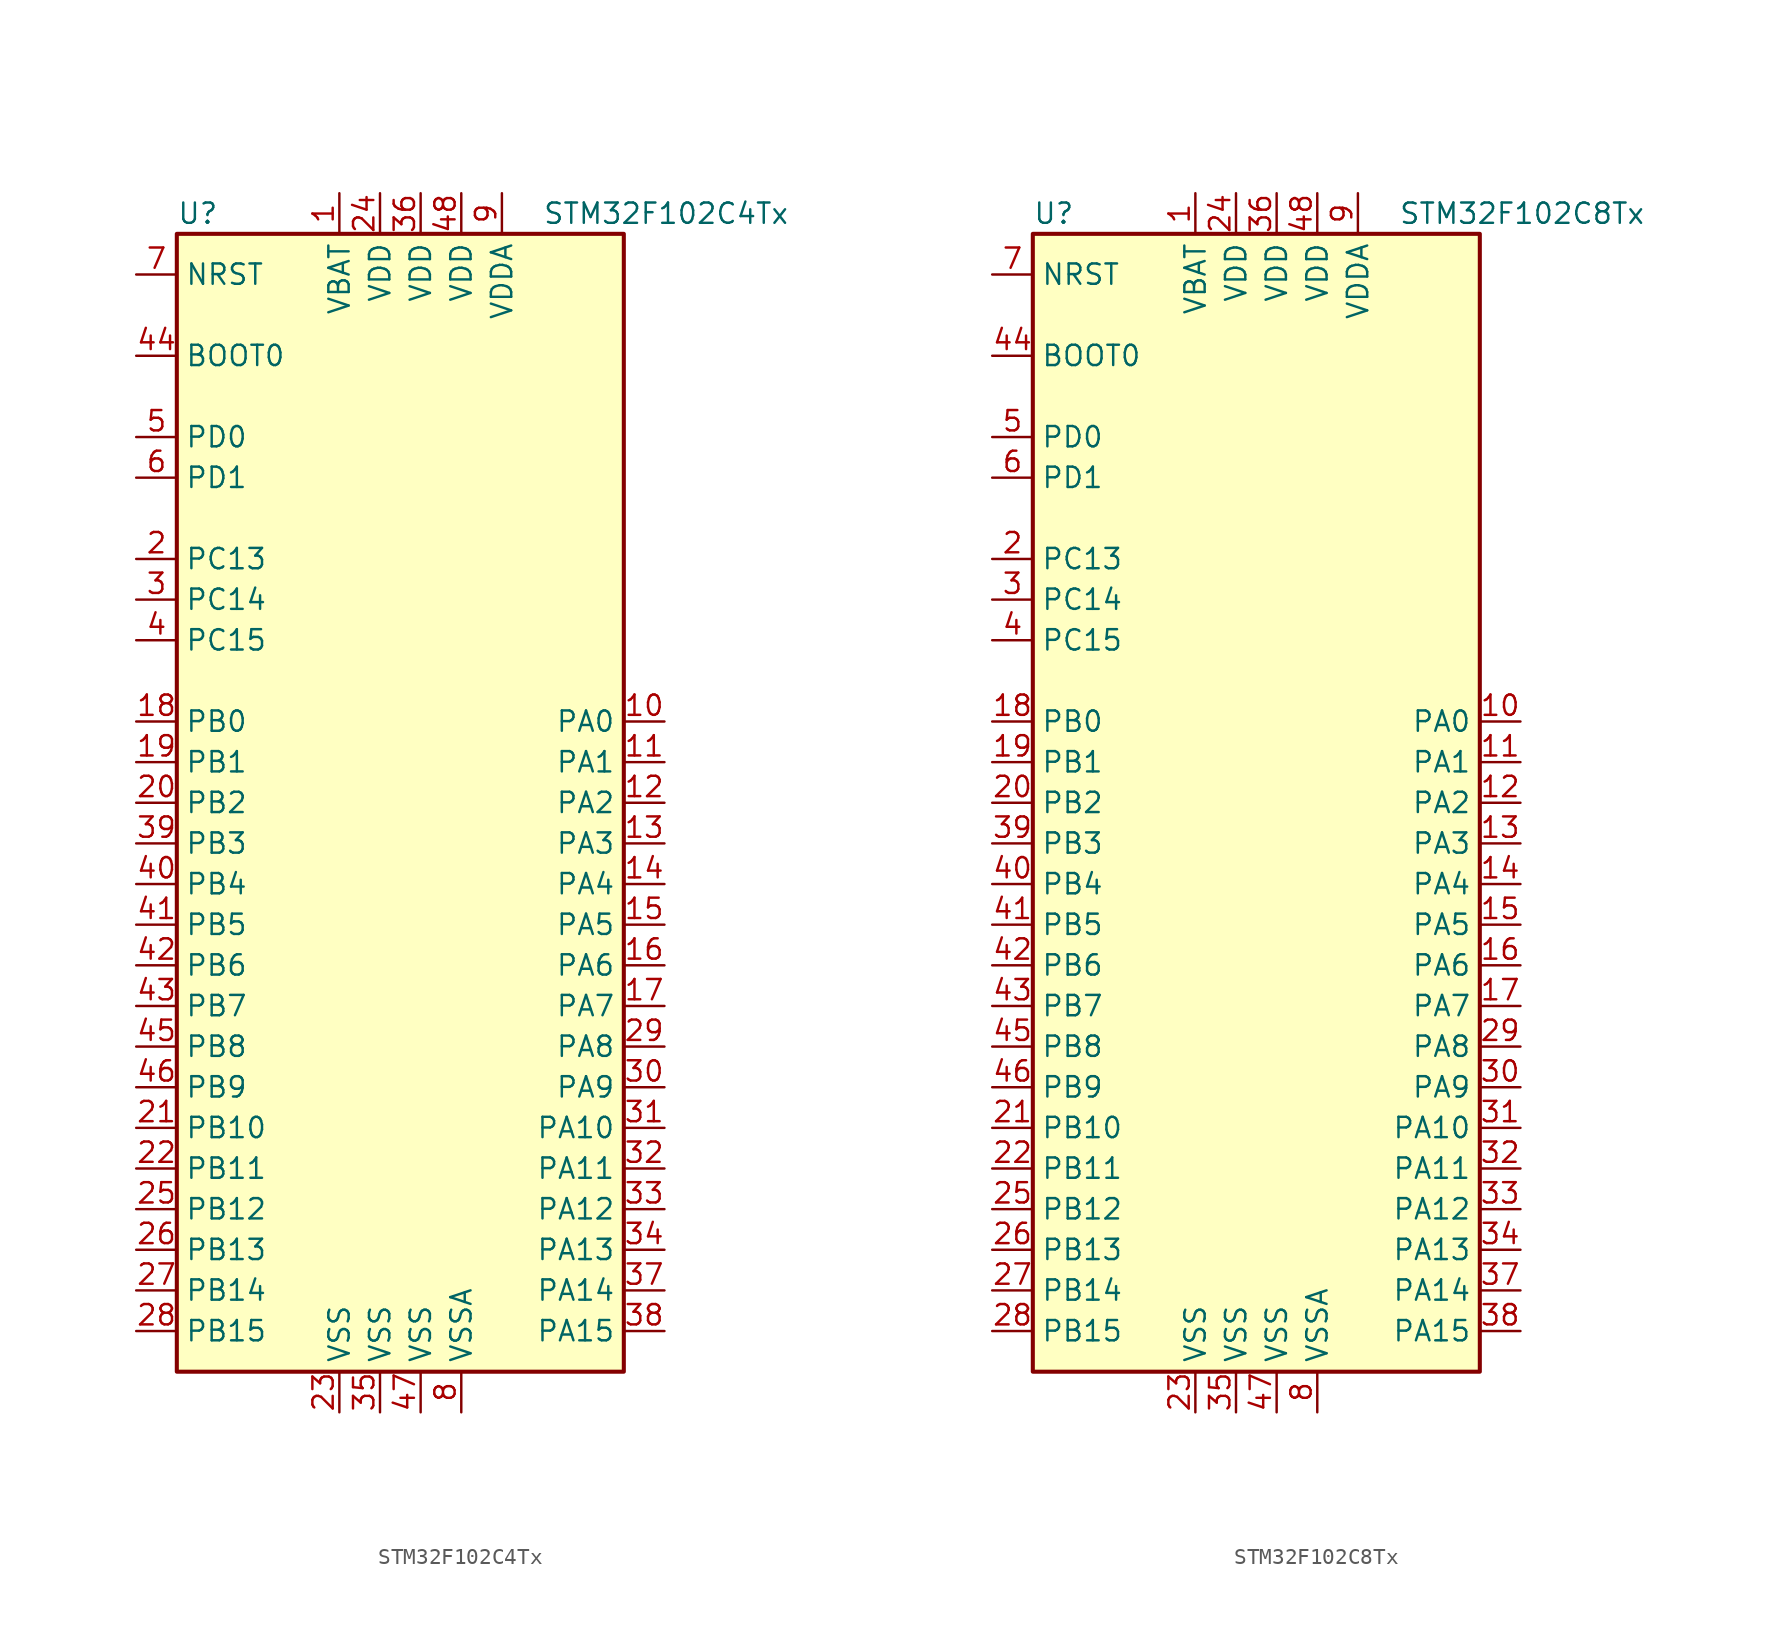
<source format=kicad_sym>
(kicad_symbol_lib
  (version 20201005)
  (generator kicad_symbol_editor)
  (symbol "STM32F102C4Tx"
    (property "Reference" "U"
      (at -15.24 36.83 0)
      (effects (font (size 1.27 1.27)) (justify left)))
    (property "Value" "STM32F102C4Tx"
      (at 7.62 36.83 0)
      (effects (font (size 1.27 1.27)) (justify left)))
    (symbol "STM32F102C4Tx_0_1"
      (rectangle (start -15.24 -35.56) (end 12.7 35.56) (stroke (width 0.254)) (fill (type background))))
    (symbol "STM32F102C4Tx_1_1"
      (pin input line (at -17.78 27.94 0) (length 2.54) (name "BOOT0" (effects (font (size 1.27 1.27)))) (number "44" (effects (font (size 1.27 1.27)))))
      (pin input line (at -17.78 33.02 0) (length 2.54) (name "NRST" (effects (font (size 1.27 1.27)))) (number "7" (effects (font (size 1.27 1.27)))))
      (pin bidirectional line (at 15.24 5.08 180) (length 2.54) (name "PA0" (effects (font (size 1.27 1.27)))) (number "10" (effects (font (size 1.27 1.27)))))
      (pin bidirectional line (at 15.24 2.54 180) (length 2.54) (name "PA1" (effects (font (size 1.27 1.27)))) (number "11" (effects (font (size 1.27 1.27)))))
      (pin bidirectional line (at 15.24 -20.32 180) (length 2.54) (name "PA10" (effects (font (size 1.27 1.27)))) (number "31" (effects (font (size 1.27 1.27)))))
      (pin bidirectional line (at 15.24 -22.86 180) (length 2.54) (name "PA11" (effects (font (size 1.27 1.27)))) (number "32" (effects (font (size 1.27 1.27)))))
      (pin bidirectional line (at 15.24 -25.4 180) (length 2.54) (name "PA12" (effects (font (size 1.27 1.27)))) (number "33" (effects (font (size 1.27 1.27)))))
      (pin bidirectional line (at 15.24 -27.94 180) (length 2.54) (name "PA13" (effects (font (size 1.27 1.27)))) (number "34" (effects (font (size 1.27 1.27)))))
      (pin bidirectional line (at 15.24 -30.48 180) (length 2.54) (name "PA14" (effects (font (size 1.27 1.27)))) (number "37" (effects (font (size 1.27 1.27)))))
      (pin bidirectional line (at 15.24 -33.02 180) (length 2.54) (name "PA15" (effects (font (size 1.27 1.27)))) (number "38" (effects (font (size 1.27 1.27)))))
      (pin bidirectional line (at 15.24 0 180) (length 2.54) (name "PA2" (effects (font (size 1.27 1.27)))) (number "12" (effects (font (size 1.27 1.27)))))
      (pin bidirectional line (at 15.24 -2.54 180) (length 2.54) (name "PA3" (effects (font (size 1.27 1.27)))) (number "13" (effects (font (size 1.27 1.27)))))
      (pin bidirectional line (at 15.24 -5.08 180) (length 2.54) (name "PA4" (effects (font (size 1.27 1.27)))) (number "14" (effects (font (size 1.27 1.27)))))
      (pin bidirectional line (at 15.24 -7.62 180) (length 2.54) (name "PA5" (effects (font (size 1.27 1.27)))) (number "15" (effects (font (size 1.27 1.27)))))
      (pin bidirectional line (at 15.24 -10.16 180) (length 2.54) (name "PA6" (effects (font (size 1.27 1.27)))) (number "16" (effects (font (size 1.27 1.27)))))
      (pin bidirectional line (at 15.24 -12.7 180) (length 2.54) (name "PA7" (effects (font (size 1.27 1.27)))) (number "17" (effects (font (size 1.27 1.27)))))
      (pin bidirectional line (at 15.24 -15.24 180) (length 2.54) (name "PA8" (effects (font (size 1.27 1.27)))) (number "29" (effects (font (size 1.27 1.27)))))
      (pin bidirectional line (at 15.24 -17.78 180) (length 2.54) (name "PA9" (effects (font (size 1.27 1.27)))) (number "30" (effects (font (size 1.27 1.27)))))
      (pin bidirectional line (at -17.78 5.08 0) (length 2.54) (name "PB0" (effects (font (size 1.27 1.27)))) (number "18" (effects (font (size 1.27 1.27)))))
      (pin bidirectional line (at -17.78 2.54 0) (length 2.54) (name "PB1" (effects (font (size 1.27 1.27)))) (number "19" (effects (font (size 1.27 1.27)))))
      (pin bidirectional line (at -17.78 -20.32 0) (length 2.54) (name "PB10" (effects (font (size 1.27 1.27)))) (number "21" (effects (font (size 1.27 1.27)))))
      (pin bidirectional line (at -17.78 -22.86 0) (length 2.54) (name "PB11" (effects (font (size 1.27 1.27)))) (number "22" (effects (font (size 1.27 1.27)))))
      (pin bidirectional line (at -17.78 -25.4 0) (length 2.54) (name "PB12" (effects (font (size 1.27 1.27)))) (number "25" (effects (font (size 1.27 1.27)))))
      (pin bidirectional line (at -17.78 -27.94 0) (length 2.54) (name "PB13" (effects (font (size 1.27 1.27)))) (number "26" (effects (font (size 1.27 1.27)))))
      (pin bidirectional line (at -17.78 -30.48 0) (length 2.54) (name "PB14" (effects (font (size 1.27 1.27)))) (number "27" (effects (font (size 1.27 1.27)))))
      (pin bidirectional line (at -17.78 -33.02 0) (length 2.54) (name "PB15" (effects (font (size 1.27 1.27)))) (number "28" (effects (font (size 1.27 1.27)))))
      (pin bidirectional line (at -17.78 0 0) (length 2.54) (name "PB2" (effects (font (size 1.27 1.27)))) (number "20" (effects (font (size 1.27 1.27)))))
      (pin bidirectional line (at -17.78 -2.54 0) (length 2.54) (name "PB3" (effects (font (size 1.27 1.27)))) (number "39" (effects (font (size 1.27 1.27)))))
      (pin bidirectional line (at -17.78 -5.08 0) (length 2.54) (name "PB4" (effects (font (size 1.27 1.27)))) (number "40" (effects (font (size 1.27 1.27)))))
      (pin bidirectional line (at -17.78 -7.62 0) (length 2.54) (name "PB5" (effects (font (size 1.27 1.27)))) (number "41" (effects (font (size 1.27 1.27)))))
      (pin bidirectional line (at -17.78 -10.16 0) (length 2.54) (name "PB6" (effects (font (size 1.27 1.27)))) (number "42" (effects (font (size 1.27 1.27)))))
      (pin bidirectional line (at -17.78 -12.7 0) (length 2.54) (name "PB7" (effects (font (size 1.27 1.27)))) (number "43" (effects (font (size 1.27 1.27)))))
      (pin bidirectional line (at -17.78 -15.24 0) (length 2.54) (name "PB8" (effects (font (size 1.27 1.27)))) (number "45" (effects (font (size 1.27 1.27)))))
      (pin bidirectional line (at -17.78 -17.78 0) (length 2.54) (name "PB9" (effects (font (size 1.27 1.27)))) (number "46" (effects (font (size 1.27 1.27)))))
      (pin bidirectional line (at -17.78 15.24 0) (length 2.54) (name "PC13" (effects (font (size 1.27 1.27)))) (number "2" (effects (font (size 1.27 1.27)))))
      (pin bidirectional line (at -17.78 12.7 0) (length 2.54) (name "PC14" (effects (font (size 1.27 1.27)))) (number "3" (effects (font (size 1.27 1.27)))))
      (pin bidirectional line (at -17.78 10.16 0) (length 2.54) (name "PC15" (effects (font (size 1.27 1.27)))) (number "4" (effects (font (size 1.27 1.27)))))
      (pin input line (at -17.78 22.86 0) (length 2.54) (name "PD0" (effects (font (size 1.27 1.27)))) (number "5" (effects (font (size 1.27 1.27)))))
      (pin input line (at -17.78 20.32 0) (length 2.54) (name "PD1" (effects (font (size 1.27 1.27)))) (number "6" (effects (font (size 1.27 1.27)))))
      (pin power_in line (at -5.08 38.1 270) (length 2.54) (name "VBAT" (effects (font (size 1.27 1.27)))) (number "1" (effects (font (size 1.27 1.27)))))
      (pin power_in line (at -2.54 38.1 270) (length 2.54) (name "VDD" (effects (font (size 1.27 1.27)))) (number "24" (effects (font (size 1.27 1.27)))))
      (pin power_in line (at 0 38.1 270) (length 2.54) (name "VDD" (effects (font (size 1.27 1.27)))) (number "36" (effects (font (size 1.27 1.27)))))
      (pin power_in line (at 2.54 38.1 270) (length 2.54) (name "VDD" (effects (font (size 1.27 1.27)))) (number "48" (effects (font (size 1.27 1.27)))))
      (pin power_in line (at 5.08 38.1 270) (length 2.54) (name "VDDA" (effects (font (size 1.27 1.27)))) (number "9" (effects (font (size 1.27 1.27)))))
      (pin power_in line (at -5.08 -38.1 90) (length 2.54) (name "VSS" (effects (font (size 1.27 1.27)))) (number "23" (effects (font (size 1.27 1.27)))))
      (pin power_in line (at -2.54 -38.1 90) (length 2.54) (name "VSS" (effects (font (size 1.27 1.27)))) (number "35" (effects (font (size 1.27 1.27)))))
      (pin power_in line (at 0 -38.1 90) (length 2.54) (name "VSS" (effects (font (size 1.27 1.27)))) (number "47" (effects (font (size 1.27 1.27)))))
      (pin power_in line (at 2.54 -38.1 90) (length 2.54) (name "VSSA" (effects (font (size 1.27 1.27)))) (number "8" (effects (font (size 1.27 1.27)))))))
  (symbol "STM32F102C8Tx"
    (property "Reference" "U"
      (at -15.24 36.83 0)
      (effects (font (size 1.27 1.27)) (justify left)))
    (property "Value" "STM32F102C8Tx"
      (at 7.62 36.83 0)
      (effects (font (size 1.27 1.27)) (justify left)))
    (symbol "STM32F102C8Tx_0_1"
      (rectangle (start -15.24 -35.56) (end 12.7 35.56) (stroke (width 0.254)) (fill (type background))))
    (symbol "STM32F102C8Tx_1_1"
      (pin input line (at -17.78 27.94 0) (length 2.54) (name "BOOT0" (effects (font (size 1.27 1.27)))) (number "44" (effects (font (size 1.27 1.27)))))
      (pin input line (at -17.78 33.02 0) (length 2.54) (name "NRST" (effects (font (size 1.27 1.27)))) (number "7" (effects (font (size 1.27 1.27)))))
      (pin bidirectional line (at 15.24 5.08 180) (length 2.54) (name "PA0" (effects (font (size 1.27 1.27)))) (number "10" (effects (font (size 1.27 1.27)))))
      (pin bidirectional line (at 15.24 2.54 180) (length 2.54) (name "PA1" (effects (font (size 1.27 1.27)))) (number "11" (effects (font (size 1.27 1.27)))))
      (pin bidirectional line (at 15.24 -20.32 180) (length 2.54) (name "PA10" (effects (font (size 1.27 1.27)))) (number "31" (effects (font (size 1.27 1.27)))))
      (pin bidirectional line (at 15.24 -22.86 180) (length 2.54) (name "PA11" (effects (font (size 1.27 1.27)))) (number "32" (effects (font (size 1.27 1.27)))))
      (pin bidirectional line (at 15.24 -25.4 180) (length 2.54) (name "PA12" (effects (font (size 1.27 1.27)))) (number "33" (effects (font (size 1.27 1.27)))))
      (pin bidirectional line (at 15.24 -27.94 180) (length 2.54) (name "PA13" (effects (font (size 1.27 1.27)))) (number "34" (effects (font (size 1.27 1.27)))))
      (pin bidirectional line (at 15.24 -30.48 180) (length 2.54) (name "PA14" (effects (font (size 1.27 1.27)))) (number "37" (effects (font (size 1.27 1.27)))))
      (pin bidirectional line (at 15.24 -33.02 180) (length 2.54) (name "PA15" (effects (font (size 1.27 1.27)))) (number "38" (effects (font (size 1.27 1.27)))))
      (pin bidirectional line (at 15.24 0 180) (length 2.54) (name "PA2" (effects (font (size 1.27 1.27)))) (number "12" (effects (font (size 1.27 1.27)))))
      (pin bidirectional line (at 15.24 -2.54 180) (length 2.54) (name "PA3" (effects (font (size 1.27 1.27)))) (number "13" (effects (font (size 1.27 1.27)))))
      (pin bidirectional line (at 15.24 -5.08 180) (length 2.54) (name "PA4" (effects (font (size 1.27 1.27)))) (number "14" (effects (font (size 1.27 1.27)))))
      (pin bidirectional line (at 15.24 -7.62 180) (length 2.54) (name "PA5" (effects (font (size 1.27 1.27)))) (number "15" (effects (font (size 1.27 1.27)))))
      (pin bidirectional line (at 15.24 -10.16 180) (length 2.54) (name "PA6" (effects (font (size 1.27 1.27)))) (number "16" (effects (font (size 1.27 1.27)))))
      (pin bidirectional line (at 15.24 -12.7 180) (length 2.54) (name "PA7" (effects (font (size 1.27 1.27)))) (number "17" (effects (font (size 1.27 1.27)))))
      (pin bidirectional line (at 15.24 -15.24 180) (length 2.54) (name "PA8" (effects (font (size 1.27 1.27)))) (number "29" (effects (font (size 1.27 1.27)))))
      (pin bidirectional line (at 15.24 -17.78 180) (length 2.54) (name "PA9" (effects (font (size 1.27 1.27)))) (number "30" (effects (font (size 1.27 1.27)))))
      (pin bidirectional line (at -17.78 5.08 0) (length 2.54) (name "PB0" (effects (font (size 1.27 1.27)))) (number "18" (effects (font (size 1.27 1.27)))))
      (pin bidirectional line (at -17.78 2.54 0) (length 2.54) (name "PB1" (effects (font (size 1.27 1.27)))) (number "19" (effects (font (size 1.27 1.27)))))
      (pin bidirectional line (at -17.78 -20.32 0) (length 2.54) (name "PB10" (effects (font (size 1.27 1.27)))) (number "21" (effects (font (size 1.27 1.27)))))
      (pin bidirectional line (at -17.78 -22.86 0) (length 2.54) (name "PB11" (effects (font (size 1.27 1.27)))) (number "22" (effects (font (size 1.27 1.27)))))
      (pin bidirectional line (at -17.78 -25.4 0) (length 2.54) (name "PB12" (effects (font (size 1.27 1.27)))) (number "25" (effects (font (size 1.27 1.27)))))
      (pin bidirectional line (at -17.78 -27.94 0) (length 2.54) (name "PB13" (effects (font (size 1.27 1.27)))) (number "26" (effects (font (size 1.27 1.27)))))
      (pin bidirectional line (at -17.78 -30.48 0) (length 2.54) (name "PB14" (effects (font (size 1.27 1.27)))) (number "27" (effects (font (size 1.27 1.27)))))
      (pin bidirectional line (at -17.78 -33.02 0) (length 2.54) (name "PB15" (effects (font (size 1.27 1.27)))) (number "28" (effects (font (size 1.27 1.27)))))
      (pin bidirectional line (at -17.78 0 0) (length 2.54) (name "PB2" (effects (font (size 1.27 1.27)))) (number "20" (effects (font (size 1.27 1.27)))))
      (pin bidirectional line (at -17.78 -2.54 0) (length 2.54) (name "PB3" (effects (font (size 1.27 1.27)))) (number "39" (effects (font (size 1.27 1.27)))))
      (pin bidirectional line (at -17.78 -5.08 0) (length 2.54) (name "PB4" (effects (font (size 1.27 1.27)))) (number "40" (effects (font (size 1.27 1.27)))))
      (pin bidirectional line (at -17.78 -7.62 0) (length 2.54) (name "PB5" (effects (font (size 1.27 1.27)))) (number "41" (effects (font (size 1.27 1.27)))))
      (pin bidirectional line (at -17.78 -10.16 0) (length 2.54) (name "PB6" (effects (font (size 1.27 1.27)))) (number "42" (effects (font (size 1.27 1.27)))))
      (pin bidirectional line (at -17.78 -12.7 0) (length 2.54) (name "PB7" (effects (font (size 1.27 1.27)))) (number "43" (effects (font (size 1.27 1.27)))))
      (pin bidirectional line (at -17.78 -15.24 0) (length 2.54) (name "PB8" (effects (font (size 1.27 1.27)))) (number "45" (effects (font (size 1.27 1.27)))))
      (pin bidirectional line (at -17.78 -17.78 0) (length 2.54) (name "PB9" (effects (font (size 1.27 1.27)))) (number "46" (effects (font (size 1.27 1.27)))))
      (pin bidirectional line (at -17.78 15.24 0) (length 2.54) (name "PC13" (effects (font (size 1.27 1.27)))) (number "2" (effects (font (size 1.27 1.27)))))
      (pin bidirectional line (at -17.78 12.7 0) (length 2.54) (name "PC14" (effects (font (size 1.27 1.27)))) (number "3" (effects (font (size 1.27 1.27)))))
      (pin bidirectional line (at -17.78 10.16 0) (length 2.54) (name "PC15" (effects (font (size 1.27 1.27)))) (number "4" (effects (font (size 1.27 1.27)))))
      (pin input line (at -17.78 22.86 0) (length 2.54) (name "PD0" (effects (font (size 1.27 1.27)))) (number "5" (effects (font (size 1.27 1.27)))))
      (pin input line (at -17.78 20.32 0) (length 2.54) (name "PD1" (effects (font (size 1.27 1.27)))) (number "6" (effects (font (size 1.27 1.27)))))
      (pin power_in line (at -5.08 38.1 270) (length 2.54) (name "VBAT" (effects (font (size 1.27 1.27)))) (number "1" (effects (font (size 1.27 1.27)))))
      (pin power_in line (at -2.54 38.1 270) (length 2.54) (name "VDD" (effects (font (size 1.27 1.27)))) (number "24" (effects (font (size 1.27 1.27)))))
      (pin power_in line (at 0 38.1 270) (length 2.54) (name "VDD" (effects (font (size 1.27 1.27)))) (number "36" (effects (font (size 1.27 1.27)))))
      (pin power_in line (at 2.54 38.1 270) (length 2.54) (name "VDD" (effects (font (size 1.27 1.27)))) (number "48" (effects (font (size 1.27 1.27)))))
      (pin power_in line (at 5.08 38.1 270) (length 2.54) (name "VDDA" (effects (font (size 1.27 1.27)))) (number "9" (effects (font (size 1.27 1.27)))))
      (pin power_in line (at -5.08 -38.1 90) (length 2.54) (name "VSS" (effects (font (size 1.27 1.27)))) (number "23" (effects (font (size 1.27 1.27)))))
      (pin power_in line (at -2.54 -38.1 90) (length 2.54) (name "VSS" (effects (font (size 1.27 1.27)))) (number "35" (effects (font (size 1.27 1.27)))))
      (pin power_in line (at 0 -38.1 90) (length 2.54) (name "VSS" (effects (font (size 1.27 1.27)))) (number "47" (effects (font (size 1.27 1.27)))))
      (pin power_in line (at 2.54 -38.1 90) (length 2.54) (name "VSSA" (effects (font (size 1.27 1.27)))) (number "8" (effects (font (size 1.27 1.27))))))))
</source>
